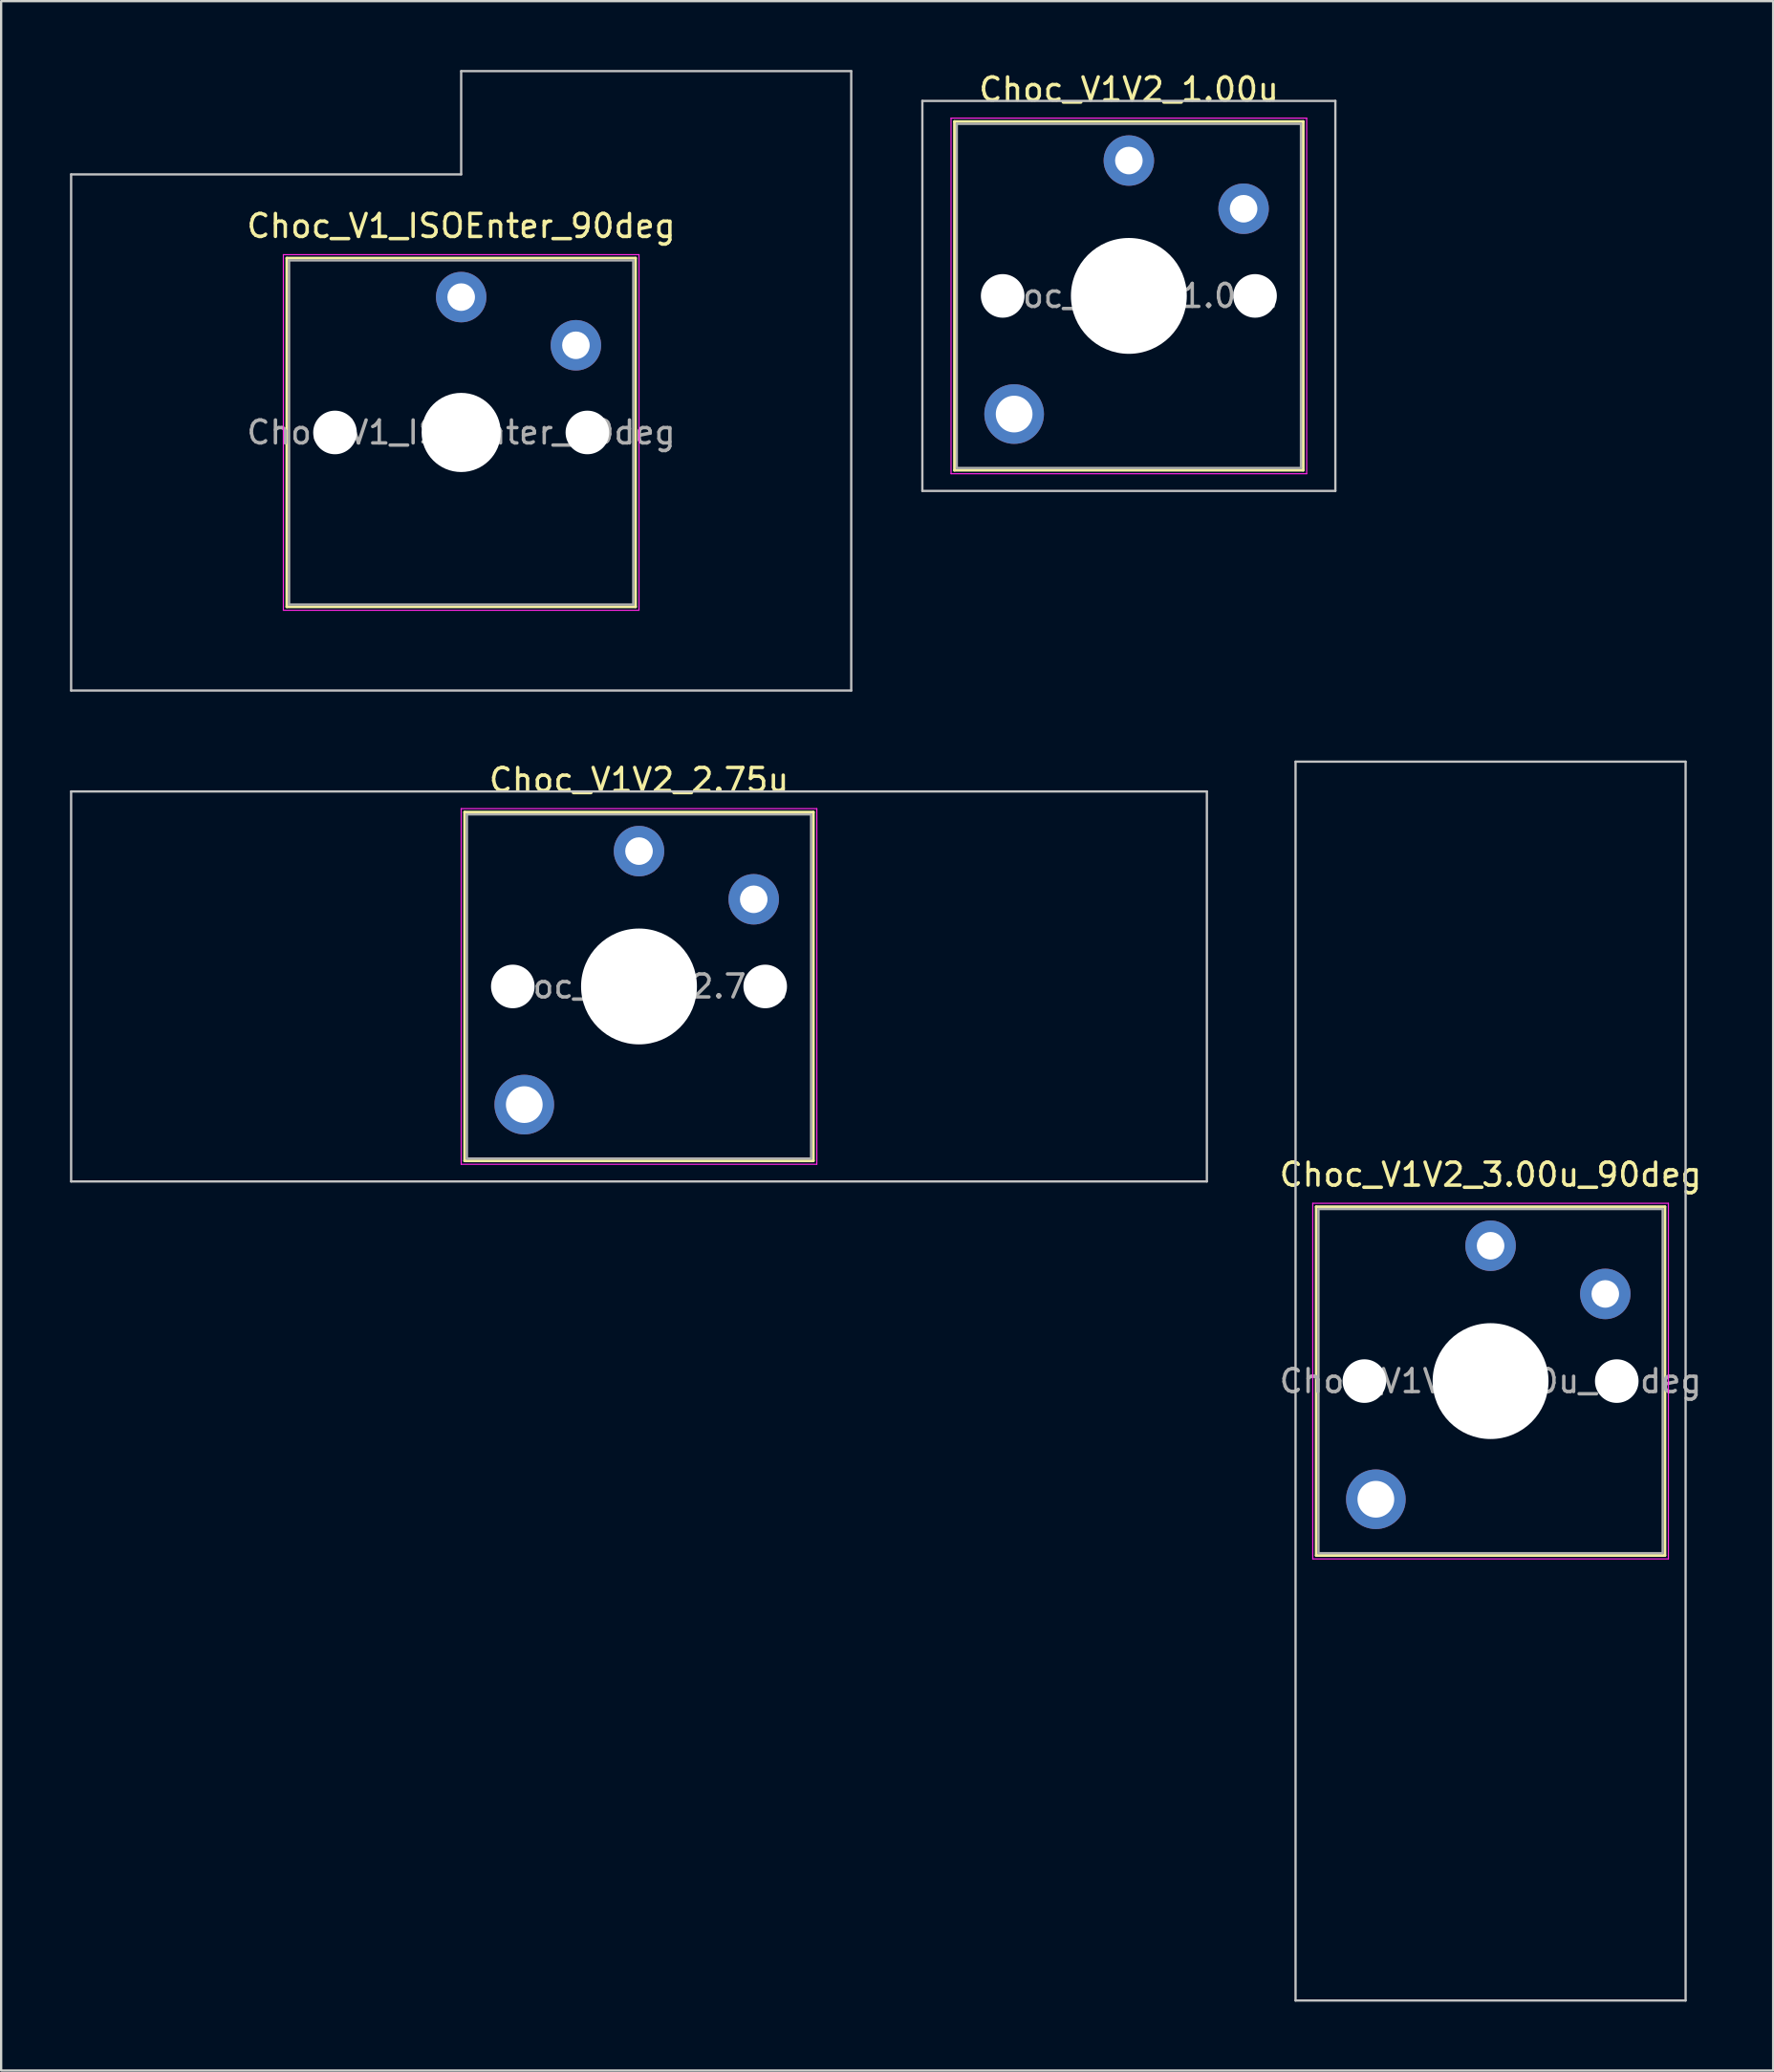
<source format=kicad_pcb>
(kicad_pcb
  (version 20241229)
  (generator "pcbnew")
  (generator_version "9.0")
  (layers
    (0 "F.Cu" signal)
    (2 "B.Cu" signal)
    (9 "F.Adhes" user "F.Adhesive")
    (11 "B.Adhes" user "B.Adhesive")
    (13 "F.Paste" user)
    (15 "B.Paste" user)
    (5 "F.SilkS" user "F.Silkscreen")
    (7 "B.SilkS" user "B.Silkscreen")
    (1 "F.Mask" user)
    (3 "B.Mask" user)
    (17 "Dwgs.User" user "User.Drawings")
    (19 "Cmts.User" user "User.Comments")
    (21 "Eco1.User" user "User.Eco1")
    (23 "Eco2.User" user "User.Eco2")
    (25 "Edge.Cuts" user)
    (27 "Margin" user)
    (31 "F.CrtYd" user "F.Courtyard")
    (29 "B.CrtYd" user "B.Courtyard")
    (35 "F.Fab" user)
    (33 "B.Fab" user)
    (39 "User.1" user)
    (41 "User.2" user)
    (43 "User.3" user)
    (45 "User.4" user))
  (footprint "Choc_V1_ISOEnter_90deg"
    (layer "F.Cu")
    (at 17.05 15.8)
    (property "Reference" "Choc_V1_ISOEnter_90deg" (at 0 -9 0) (layer "F.SilkS") (effects (font (size 1 1) (thickness 0.15))))
    (attr through_hole)
    (fp_line (start -7.6 -7.6) (end -7.6 7.6) (stroke (width 0.12) (type solid)) (layer "F.SilkS"))
    (fp_line (start -7.6 7.6) (end 7.6 7.6) (stroke (width 0.12) (type solid)) (layer "F.SilkS"))
    (fp_line (start 7.6 -7.6) (end -7.6 -7.6) (stroke (width 0.12) (type solid)) (layer "F.SilkS"))
    (fp_line (start 7.6 7.6) (end 7.6 -7.6) (stroke (width 0.12) (type solid)) (layer "F.SilkS"))
    (fp_line (start -17 -11.25) (end -17 11.25) (stroke (width 0.1) (type solid)) (layer "Dwgs.User"))
    (fp_line (start -17 11.25) (end 17 11.25) (stroke (width 0.1) (type solid)) (layer "Dwgs.User"))
    (fp_line (start 0 -15.75) (end 0 -11.25) (stroke (width 0.1) (type solid)) (layer "Dwgs.User"))
    (fp_line (start 0 -11.25) (end -17 -11.25) (stroke (width 0.1) (type solid)) (layer "Dwgs.User"))
    (fp_line (start 17 -15.75) (end 0 -15.75) (stroke (width 0.1) (type solid)) (layer "Dwgs.User"))
    (fp_line (start 17 11.25) (end 17 -15.75) (stroke (width 0.1) (type solid)) (layer "Dwgs.User"))
    (fp_line (start -7.25 -7.25) (end -7.25 7.25) (stroke (width 0.1) (type solid)) (layer "Eco1.User"))
    (fp_line (start -7.25 7.25) (end 7.25 7.25) (stroke (width 0.1) (type solid)) (layer "Eco1.User"))
    (fp_line (start 7.25 -7.25) (end -7.25 -7.25) (stroke (width 0.1) (type solid)) (layer "Eco1.User"))
    (fp_line (start 7.25 7.25) (end 7.25 -7.25) (stroke (width 0.1) (type solid)) (layer "Eco1.User"))
    (fp_line (start -7.75 -7.75) (end -7.75 7.75) (stroke (width 0.05) (type solid)) (layer "F.CrtYd"))
    (fp_line (start -7.75 7.75) (end 7.75 7.75) (stroke (width 0.05) (type solid)) (layer "F.CrtYd"))
    (fp_line (start 7.75 -7.75) (end -7.75 -7.75) (stroke (width 0.05) (type solid)) (layer "F.CrtYd"))
    (fp_line (start 7.75 7.75) (end 7.75 -7.75) (stroke (width 0.05) (type solid)) (layer "F.CrtYd"))
    (fp_line (start -7.5 -7.5) (end -7.5 7.5) (stroke (width 0.1) (type solid)) (layer "F.Fab"))
    (fp_line (start -7.5 7.5) (end 7.5 7.5) (stroke (width 0.1) (type solid)) (layer "F.Fab"))
    (fp_line (start 7.5 -7.5) (end -7.5 -7.5) (stroke (width 0.1) (type solid)) (layer "F.Fab"))
    (fp_line (start 7.5 7.5) (end 7.5 -7.5) (stroke (width 0.1) (type solid)) (layer "F.Fab"))
    (fp_text user "${REFERENCE}" (at 0 0 0) (layer "F.Fab") (effects (font (size 1 1) (thickness 0.15))))
    (pad "" np_thru_hole circle (at -5.5 0) (size 1.9 1.9) (drill 1.9) (layers "*.Cu" "*.Mask"))
    (pad "" np_thru_hole circle (at 0 0) (size 3.45 3.45) (drill 3.45) (layers "*.Cu" "*.Mask"))
    (pad "" np_thru_hole circle (at 5.5 0) (size 1.9 1.9) (drill 1.9) (layers "*.Cu" "*.Mask"))
    (pad "1" thru_hole circle (at 0 -5.9) (size 2.2 2.2) (drill 1.2) (layers "*.Cu" "*.Mask"))
    (pad "2" thru_hole circle (at 5 -3.8) (size 2.2 2.2) (drill 1.2) (layers "*.Cu" "*.Mask")))
  (footprint "Choc_V1V2_1.00u"
    (layer "F.Cu")
    (at 46.15 9.848)
    (property "Reference" "Choc_V1V2_1.00u" (at 0 -9 0) (layer "F.SilkS") (effects (font (size 1 1) (thickness 0.15))))
    (attr through_hole)
    (fp_line (start -7.6 -7.6) (end -7.6 7.6) (stroke (width 0.12) (type solid)) (layer "F.SilkS"))
    (fp_line (start -7.6 7.6) (end 7.6 7.6) (stroke (width 0.12) (type solid)) (layer "F.SilkS"))
    (fp_line (start 7.6 -7.6) (end -7.6 -7.6) (stroke (width 0.12) (type solid)) (layer "F.SilkS"))
    (fp_line (start 7.6 7.6) (end 7.6 -7.6) (stroke (width 0.12) (type solid)) (layer "F.SilkS"))
    (fp_line (start -9 -8.5) (end -9 8.5) (stroke (width 0.1) (type solid)) (layer "Dwgs.User"))
    (fp_line (start -9 8.5) (end 9 8.5) (stroke (width 0.1) (type solid)) (layer "Dwgs.User"))
    (fp_line (start 9 -8.5) (end -9 -8.5) (stroke (width 0.1) (type solid)) (layer "Dwgs.User"))
    (fp_line (start 9 8.5) (end 9 -8.5) (stroke (width 0.1) (type solid)) (layer "Dwgs.User"))
    (fp_line (start -7.25 -7.25) (end -7.25 7.25) (stroke (width 0.1) (type solid)) (layer "Eco1.User"))
    (fp_line (start -7.25 7.25) (end 7.25 7.25) (stroke (width 0.1) (type solid)) (layer "Eco1.User"))
    (fp_line (start 7.25 -7.25) (end -7.25 -7.25) (stroke (width 0.1) (type solid)) (layer "Eco1.User"))
    (fp_line (start 7.25 7.25) (end 7.25 -7.25) (stroke (width 0.1) (type solid)) (layer "Eco1.User"))
    (fp_line (start -7.75 -7.75) (end -7.75 7.75) (stroke (width 0.05) (type solid)) (layer "F.CrtYd"))
    (fp_line (start -7.75 7.75) (end 7.75 7.75) (stroke (width 0.05) (type solid)) (layer "F.CrtYd"))
    (fp_line (start 7.75 -7.75) (end -7.75 -7.75) (stroke (width 0.05) (type solid)) (layer "F.CrtYd"))
    (fp_line (start 7.75 7.75) (end 7.75 -7.75) (stroke (width 0.05) (type solid)) (layer "F.CrtYd"))
    (fp_line (start -7.5 -7.5) (end -7.5 7.5) (stroke (width 0.1) (type solid)) (layer "F.Fab"))
    (fp_line (start -7.5 7.5) (end 7.5 7.5) (stroke (width 0.1) (type solid)) (layer "F.Fab"))
    (fp_line (start 7.5 -7.5) (end -7.5 -7.5) (stroke (width 0.1) (type solid)) (layer "F.Fab"))
    (fp_line (start 7.5 7.5) (end 7.5 -7.5) (stroke (width 0.1) (type solid)) (layer "F.Fab"))
    (fp_text user "${REFERENCE}" (at 0 0 0) (layer "F.Fab") (effects (font (size 1 1) (thickness 0.15))))
    (pad "" np_thru_hole circle (at -5.5 0) (size 1.9 1.9) (drill 1.9) (layers "*.Cu" "*.Mask"))
    (pad "" thru_hole circle (at -5 5.15) (size 2.6 2.6) (drill 1.6) (layers "*.Cu" "*.Mask"))
    (pad "" np_thru_hole circle (at 0 0) (size 5.05 5.05) (drill 5.05) (layers "*.Cu" "*.Mask"))
    (pad "" np_thru_hole circle (at 5.5 0) (size 1.9 1.9) (drill 1.9) (layers "*.Cu" "*.Mask"))
    (pad "1" thru_hole circle (at 0 -5.9) (size 2.2 2.2) (drill 1.2) (layers "*.Cu" "*.Mask"))
    (pad "2" thru_hole circle (at 5 -3.8) (size 2.2 2.2) (drill 1.2) (layers "*.Cu" "*.Mask")))
  (footprint "Choc_V1V2_2.75u"
    (layer "F.Cu")
    (at 24.8 39.948)
    (property "Reference" "Choc_V1V2_2.75u" (at 0 -9 0) (layer "F.SilkS") (effects (font (size 1 1) (thickness 0.15))))
    (attr through_hole)
    (fp_line (start -7.6 -7.6) (end -7.6 7.6) (stroke (width 0.12) (type solid)) (layer "F.SilkS"))
    (fp_line (start -7.6 7.6) (end 7.6 7.6) (stroke (width 0.12) (type solid)) (layer "F.SilkS"))
    (fp_line (start 7.6 -7.6) (end -7.6 -7.6) (stroke (width 0.12) (type solid)) (layer "F.SilkS"))
    (fp_line (start 7.6 7.6) (end 7.6 -7.6) (stroke (width 0.12) (type solid)) (layer "F.SilkS"))
    (fp_line (start -24.75 -8.5) (end -24.75 8.5) (stroke (width 0.1) (type solid)) (layer "Dwgs.User"))
    (fp_line (start -24.75 8.5) (end 24.75 8.5) (stroke (width 0.1) (type solid)) (layer "Dwgs.User"))
    (fp_line (start 24.75 -8.5) (end -24.75 -8.5) (stroke (width 0.1) (type solid)) (layer "Dwgs.User"))
    (fp_line (start 24.75 8.5) (end 24.75 -8.5) (stroke (width 0.1) (type solid)) (layer "Dwgs.User"))
    (fp_line (start -7.25 -7.25) (end -7.25 7.25) (stroke (width 0.1) (type solid)) (layer "Eco1.User"))
    (fp_line (start -7.25 7.25) (end 7.25 7.25) (stroke (width 0.1) (type solid)) (layer "Eco1.User"))
    (fp_line (start 7.25 -7.25) (end -7.25 -7.25) (stroke (width 0.1) (type solid)) (layer "Eco1.User"))
    (fp_line (start 7.25 7.25) (end 7.25 -7.25) (stroke (width 0.1) (type solid)) (layer "Eco1.User"))
    (fp_line (start -7.75 -7.75) (end -7.75 7.75) (stroke (width 0.05) (type solid)) (layer "F.CrtYd"))
    (fp_line (start -7.75 7.75) (end 7.75 7.75) (stroke (width 0.05) (type solid)) (layer "F.CrtYd"))
    (fp_line (start 7.75 -7.75) (end -7.75 -7.75) (stroke (width 0.05) (type solid)) (layer "F.CrtYd"))
    (fp_line (start 7.75 7.75) (end 7.75 -7.75) (stroke (width 0.05) (type solid)) (layer "F.CrtYd"))
    (fp_line (start -7.5 -7.5) (end -7.5 7.5) (stroke (width 0.1) (type solid)) (layer "F.Fab"))
    (fp_line (start -7.5 7.5) (end 7.5 7.5) (stroke (width 0.1) (type solid)) (layer "F.Fab"))
    (fp_line (start 7.5 -7.5) (end -7.5 -7.5) (stroke (width 0.1) (type solid)) (layer "F.Fab"))
    (fp_line (start 7.5 7.5) (end 7.5 -7.5) (stroke (width 0.1) (type solid)) (layer "F.Fab"))
    (fp_text user "${REFERENCE}" (at 0 0 0) (layer "F.Fab") (effects (font (size 1 1) (thickness 0.15))))
    (pad "" np_thru_hole circle (at -5.5 0) (size 1.9 1.9) (drill 1.9) (layers "*.Cu" "*.Mask"))
    (pad "" thru_hole circle (at -5 5.15) (size 2.6 2.6) (drill 1.6) (layers "*.Cu" "*.Mask"))
    (pad "" np_thru_hole circle (at 0 0) (size 5.05 5.05) (drill 5.05) (layers "*.Cu" "*.Mask"))
    (pad "" np_thru_hole circle (at 5.5 0) (size 1.9 1.9) (drill 1.9) (layers "*.Cu" "*.Mask"))
    (pad "1" thru_hole circle (at 0 -5.9) (size 2.2 2.2) (drill 1.2) (layers "*.Cu" "*.Mask"))
    (pad "2" thru_hole circle (at 5 -3.8) (size 2.2 2.2) (drill 1.2) (layers "*.Cu" "*.Mask")))
  (footprint "Choc_V1V2_3.00u_90deg"
    (layer "F.Cu")
    (at 61.915 57.15)
    (property "Reference" "Choc_V1V2_3.00u_90deg" (at 0 -9 0) (layer "F.SilkS") (effects (font (size 1 1) (thickness 0.15))))
    (attr through_hole)
    (fp_line (start -7.6 -7.6) (end -7.6 7.6) (stroke (width 0.12) (type solid)) (layer "F.SilkS"))
    (fp_line (start -7.6 7.6) (end 7.6 7.6) (stroke (width 0.12) (type solid)) (layer "F.SilkS"))
    (fp_line (start 7.6 -7.6) (end -7.6 -7.6) (stroke (width 0.12) (type solid)) (layer "F.SilkS"))
    (fp_line (start 7.6 7.6) (end 7.6 -7.6) (stroke (width 0.12) (type solid)) (layer "F.SilkS"))
    (fp_line (start -8.5 -27) (end 8.5 -27) (stroke (width 0.1) (type solid)) (layer "Dwgs.User"))
    (fp_line (start -8.5 27) (end -8.5 -27) (stroke (width 0.1) (type solid)) (layer "Dwgs.User"))
    (fp_line (start 8.5 -27) (end 8.5 27) (stroke (width 0.1) (type solid)) (layer "Dwgs.User"))
    (fp_line (start 8.5 27) (end -8.5 27) (stroke (width 0.1) (type solid)) (layer "Dwgs.User"))
    (fp_line (start -7.25 -7.25) (end -7.25 7.25) (stroke (width 0.1) (type solid)) (layer "Eco1.User"))
    (fp_line (start -7.25 7.25) (end 7.25 7.25) (stroke (width 0.1) (type solid)) (layer "Eco1.User"))
    (fp_line (start 7.25 -7.25) (end -7.25 -7.25) (stroke (width 0.1) (type solid)) (layer "Eco1.User"))
    (fp_line (start 7.25 7.25) (end 7.25 -7.25) (stroke (width 0.1) (type solid)) (layer "Eco1.User"))
    (fp_line (start -7.75 -7.75) (end -7.75 7.75) (stroke (width 0.05) (type solid)) (layer "F.CrtYd"))
    (fp_line (start -7.75 7.75) (end 7.75 7.75) (stroke (width 0.05) (type solid)) (layer "F.CrtYd"))
    (fp_line (start 7.75 -7.75) (end -7.75 -7.75) (stroke (width 0.05) (type solid)) (layer "F.CrtYd"))
    (fp_line (start 7.75 7.75) (end 7.75 -7.75) (stroke (width 0.05) (type solid)) (layer "F.CrtYd"))
    (fp_line (start -7.5 -7.5) (end -7.5 7.5) (stroke (width 0.1) (type solid)) (layer "F.Fab"))
    (fp_line (start -7.5 7.5) (end 7.5 7.5) (stroke (width 0.1) (type solid)) (layer "F.Fab"))
    (fp_line (start 7.5 -7.5) (end -7.5 -7.5) (stroke (width 0.1) (type solid)) (layer "F.Fab"))
    (fp_line (start 7.5 7.5) (end 7.5 -7.5) (stroke (width 0.1) (type solid)) (layer "F.Fab"))
    (fp_text user "${REFERENCE}" (at 0 0 0) (layer "F.Fab") (effects (font (size 1 1) (thickness 0.15))))
    (pad "" np_thru_hole circle (at -5.5 0) (size 1.9 1.9) (drill 1.9) (layers "*.Cu" "*.Mask"))
    (pad "" thru_hole circle (at -5 5.15) (size 2.6 2.6) (drill 1.6) (layers "*.Cu" "*.Mask"))
    (pad "" np_thru_hole circle (at 0 0) (size 5.05 5.05) (drill 5.05) (layers "*.Cu" "*.Mask"))
    (pad "" np_thru_hole circle (at 5.5 0) (size 1.9 1.9) (drill 1.9) (layers "*.Cu" "*.Mask"))
    (pad "1" thru_hole circle (at 0 -5.9) (size 2.2 2.2) (drill 1.2) (layers "*.Cu" "*.Mask"))
    (pad "2" thru_hole circle (at 5 -3.8) (size 2.2 2.2) (drill 1.2) (layers "*.Cu" "*.Mask")))
  (gr_rect
    (start -3 -3)
    (end 74.231 87.2)
    (stroke (width 0.1) (type default))
    (fill no)
    (layer "Edge.Cuts")))
</source>
